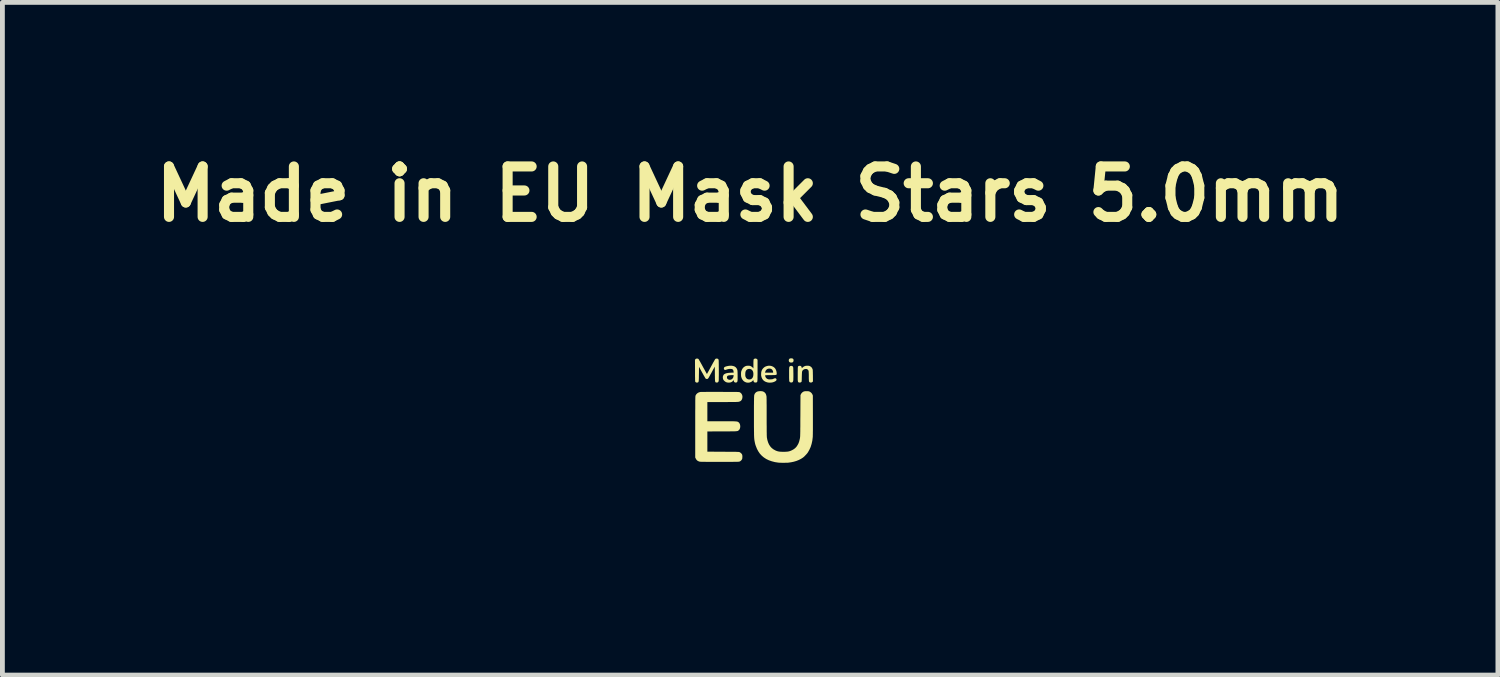
<source format=kicad_pcb>
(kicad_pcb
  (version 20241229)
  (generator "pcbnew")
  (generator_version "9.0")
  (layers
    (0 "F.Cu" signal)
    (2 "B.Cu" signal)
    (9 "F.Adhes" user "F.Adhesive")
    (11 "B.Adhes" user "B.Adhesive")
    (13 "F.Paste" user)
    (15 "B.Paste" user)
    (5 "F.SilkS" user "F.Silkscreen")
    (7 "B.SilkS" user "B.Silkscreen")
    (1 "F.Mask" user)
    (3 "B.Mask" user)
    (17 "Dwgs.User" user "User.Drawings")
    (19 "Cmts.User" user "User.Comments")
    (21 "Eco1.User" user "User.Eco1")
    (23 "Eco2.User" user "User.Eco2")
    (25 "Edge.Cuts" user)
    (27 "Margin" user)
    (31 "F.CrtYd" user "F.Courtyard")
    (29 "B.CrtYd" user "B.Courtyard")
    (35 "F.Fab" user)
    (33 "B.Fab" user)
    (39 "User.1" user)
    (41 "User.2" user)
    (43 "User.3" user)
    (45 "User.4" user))
  (footprint "Made in EU Mask Stars 5.0mm"
    (layer "F.Cu")
    (at 12.524 5.479)
    (property "Reference" "Made in EU Mask Stars 5.0mm" (at 0 -4.5 180) (layer "F.SilkS") (effects (font (size 1.047 1.047) (thickness 0.209))))
    (attr board_only exclude_from_pos_files exclude_from_bom)
    (fp_poly (pts (xy 1.838 -1.422) (xy 1.838 -1.422) (xy 1.839 -1.417) (xy 1.843 -1.406) (xy 1.848 -1.39) (xy 1.855 -1.368) (xy 1.863 -1.344) (xy 1.872 -1.316) (xy 1.882 -1.286) (xy 1.883 -1.282) (xy 1.926 -1.148) (xy 2.074 -1.146) (xy 2.222 -1.144) (xy 2.103 -1.059) (xy 2.077 -1.04) (xy 2.052 -1.023) (xy 2.031 -1.007) (xy 2.013 -0.994) (xy 1.998 -0.983) (xy 1.988 -0.975) (xy 1.984 -0.972) (xy 1.984 -0.971) (xy 1.985 -0.968) (xy 1.988 -0.957) (xy 1.993 -0.942) (xy 1.999 -0.921) (xy 2.007 -0.897) (xy 2.016 -0.869) (xy 2.026 -0.839) (xy 2.028 -0.834) (xy 2.038 -0.803) (xy 2.047 -0.775) (xy 2.054 -0.75) (xy 2.061 -0.729) (xy 2.066 -0.713) (xy 2.069 -0.702) (xy 2.071 -0.697) (xy 2.071 -0.697) (xy 2.068 -0.698) (xy 2.059 -0.704) (xy 2.046 -0.713) (xy 2.029 -0.726) (xy 2.008 -0.741) (xy 1.985 -0.757) (xy 1.959 -0.776) (xy 1.953 -0.781) (xy 1.836 -0.866) (xy 1.725 -0.785) (xy 1.694 -0.762) (xy 1.669 -0.743) (xy 1.648 -0.729) (xy 1.632 -0.717) (xy 1.62 -0.709) (xy 1.612 -0.703) (xy 1.606 -0.7) (xy 1.603 -0.698) (xy 1.601 -0.698) (xy 1.601 -0.699) (xy 1.602 -0.702) (xy 1.602 -0.702) (xy 1.614 -0.739) (xy 1.626 -0.775) (xy 1.637 -0.81) (xy 1.648 -0.844) (xy 1.657 -0.875) (xy 1.666 -0.903) (xy 1.674 -0.928) (xy 1.68 -0.948) (xy 1.684 -0.963) (xy 1.686 -0.972) (xy 1.686 -0.975) (xy 1.683 -0.977) (xy 1.674 -0.984) (xy 1.66 -0.994) (xy 1.642 -1.006) (xy 1.621 -1.021) (xy 1.598 -1.038) (xy 1.572 -1.057) (xy 1.567 -1.061) (xy 1.45 -1.144) (xy 1.598 -1.145) (xy 1.745 -1.146) (xy 1.777 -1.246) (xy 1.79 -1.286) (xy 1.801 -1.321) (xy 1.81 -1.349) (xy 1.818 -1.371) (xy 1.824 -1.389) (xy 1.828 -1.402) (xy 1.832 -1.412) (xy 1.834 -1.418) (xy 1.836 -1.421) (xy 1.837 -1.423)) (stroke (width 0) (type solid)) (fill yes) (layer "F.Mask"))
    (fp_poly (pts (xy 0.005 1.761) (xy 0.008 1.772) (xy 0.014 1.789) (xy 0.02 1.81) (xy 0.028 1.835) (xy 0.037 1.863) (xy 0.047 1.893) (xy 0.048 1.898) (xy 0.092 2.034) (xy 0.238 2.036) (xy 0.385 2.038) (xy 0.275 2.116) (xy 0.25 2.135) (xy 0.226 2.152) (xy 0.204 2.167) (xy 0.186 2.181) (xy 0.171 2.191) (xy 0.162 2.198) (xy 0.157 2.202) (xy 0.149 2.209) (xy 0.192 2.343) (xy 0.201 2.373) (xy 0.211 2.401) (xy 0.219 2.426) (xy 0.226 2.448) (xy 0.231 2.465) (xy 0.235 2.476) (xy 0.236 2.482) (xy 0.237 2.482) (xy 0.237 2.485) (xy 0.234 2.483) (xy 0.228 2.479) (xy 0.218 2.472) (xy 0.204 2.462) (xy 0.186 2.449) (xy 0.166 2.434) (xy 0.144 2.418) (xy 0.121 2.401) (xy 0.099 2.385) (xy 0.076 2.369) (xy 0.056 2.354) (xy 0.038 2.341) (xy 0.023 2.33) (xy 0.012 2.322) (xy 0.006 2.318) (xy 0.005 2.317) (xy 0.001 2.319) (xy -0.007 2.325) (xy -0.021 2.333) (xy -0.038 2.345) (xy -0.058 2.359) (xy -0.079 2.374) (xy -0.103 2.39) (xy -0.127 2.407) (xy -0.15 2.424) (xy -0.173 2.441) (xy -0.194 2.456) (xy -0.212 2.47) (xy -0.227 2.481) (xy -0.231 2.484) (xy -0.234 2.486) (xy -0.234 2.482) (xy -0.234 2.482) (xy -0.232 2.477) (xy -0.229 2.466) (xy -0.223 2.45) (xy -0.217 2.43) (xy -0.209 2.407) (xy -0.201 2.381) (xy -0.193 2.355) (xy -0.184 2.328) (xy -0.176 2.303) (xy -0.168 2.279) (xy -0.162 2.258) (xy -0.156 2.241) (xy -0.152 2.228) (xy -0.15 2.223) (xy -0.146 2.207) (xy -0.265 2.121) (xy -0.384 2.036) (xy -0.237 2.036) (xy -0.09 2.036) (xy -0.063 1.953) (xy -0.054 1.925) (xy -0.044 1.894) (xy -0.035 1.864) (xy -0.026 1.837) (xy -0.019 1.814) (xy -0.018 1.811) (xy -0.011 1.792) (xy -0.006 1.776) (xy -0.001 1.764) (xy 0.002 1.757) (xy 0.003 1.757)) (stroke (width 0) (type solid)) (fill yes) (layer "F.Mask"))
    (fp_poly (pts (xy -1.027 -2.106) (xy -1.018 -2.078) (xy -1.009 -2.049) (xy -1 -2.022) (xy -0.992 -1.997) (xy -0.985 -1.977) (xy -0.982 -1.966) (xy -0.967 -1.92) (xy -0.819 -1.919) (xy -0.672 -1.918) (xy -0.778 -1.842) (xy -0.803 -1.824) (xy -0.827 -1.807) (xy -0.849 -1.791) (xy -0.868 -1.778) (xy -0.883 -1.767) (xy -0.893 -1.759) (xy -0.897 -1.756) (xy -0.911 -1.745) (xy -0.867 -1.609) (xy -0.857 -1.578) (xy -0.848 -1.55) (xy -0.84 -1.525) (xy -0.834 -1.504) (xy -0.829 -1.487) (xy -0.825 -1.476) (xy -0.824 -1.471) (xy -0.824 -1.471) (xy -0.827 -1.473) (xy -0.836 -1.479) (xy -0.849 -1.488) (xy -0.866 -1.5) (xy -0.887 -1.515) (xy -0.91 -1.532) (xy -0.935 -1.55) (xy -0.938 -1.552) (xy -0.964 -1.571) (xy -0.987 -1.588) (xy -1.009 -1.603) (xy -1.027 -1.616) (xy -1.041 -1.627) (xy -1.051 -1.633) (xy -1.055 -1.636) (xy -1.055 -1.636) (xy -1.059 -1.635) (xy -1.069 -1.629) (xy -1.082 -1.62) (xy -1.1 -1.607) (xy -1.121 -1.593) (xy -1.145 -1.576) (xy -1.171 -1.557) (xy -1.175 -1.554) (xy -1.201 -1.535) (xy -1.225 -1.518) (xy -1.246 -1.503) (xy -1.264 -1.49) (xy -1.278 -1.48) (xy -1.288 -1.473) (xy -1.292 -1.47) (xy -1.292 -1.47) (xy -1.291 -1.473) (xy -1.289 -1.483) (xy -1.284 -1.498) (xy -1.278 -1.518) (xy -1.27 -1.543) (xy -1.262 -1.57) (xy -1.252 -1.6) (xy -1.25 -1.607) (xy -1.24 -1.637) (xy -1.231 -1.665) (xy -1.223 -1.69) (xy -1.216 -1.712) (xy -1.211 -1.729) (xy -1.207 -1.74) (xy -1.206 -1.745) (xy -1.206 -1.745) (xy -1.209 -1.748) (xy -1.217 -1.754) (xy -1.23 -1.764) (xy -1.247 -1.777) (xy -1.268 -1.792) (xy -1.292 -1.809) (xy -1.317 -1.827) (xy -1.325 -1.833) (xy -1.445 -1.918) (xy -1.296 -1.919) (xy -1.148 -1.92) (xy -1.113 -2.031) (xy -1.104 -2.06) (xy -1.095 -2.088) (xy -1.086 -2.114) (xy -1.079 -2.137) (xy -1.073 -2.156) (xy -1.069 -2.169) (xy -1.068 -2.172) (xy -1.058 -2.201)) (stroke (width 0) (type solid)) (fill yes) (layer "F.Mask"))
    (fp_poly (pts (xy -1.056 1.479) (xy -1.052 1.489) (xy -1.047 1.503) (xy -1.04 1.523) (xy -1.032 1.547) (xy -1.023 1.574) (xy -1.013 1.604) (xy -1.01 1.613) (xy -0.966 1.753) (xy -0.819 1.754) (xy -0.671 1.755) (xy -0.79 1.84) (xy -0.816 1.859) (xy -0.84 1.876) (xy -0.861 1.892) (xy -0.879 1.905) (xy -0.894 1.916) (xy -0.903 1.923) (xy -0.908 1.927) (xy -0.908 1.927) (xy -0.907 1.932) (xy -0.904 1.942) (xy -0.899 1.958) (xy -0.892 1.978) (xy -0.885 2.003) (xy -0.876 2.03) (xy -0.866 2.06) (xy -0.865 2.064) (xy -0.856 2.094) (xy -0.847 2.122) (xy -0.839 2.146) (xy -0.833 2.167) (xy -0.828 2.184) (xy -0.824 2.195) (xy -0.823 2.2) (xy -0.823 2.2) (xy -0.826 2.199) (xy -0.834 2.194) (xy -0.846 2.187) (xy -0.856 2.179) (xy -0.868 2.171) (xy -0.884 2.159) (xy -0.904 2.144) (xy -0.927 2.127) (xy -0.951 2.11) (xy -0.972 2.094) (xy -1.056 2.033) (xy -1.158 2.107) (xy -1.183 2.125) (xy -1.207 2.143) (xy -1.228 2.158) (xy -1.247 2.172) (xy -1.262 2.183) (xy -1.272 2.19) (xy -1.276 2.193) (xy -1.285 2.199) (xy -1.29 2.201) (xy -1.291 2.2) (xy -1.29 2.195) (xy -1.288 2.19) (xy -1.284 2.178) (xy -1.279 2.161) (xy -1.272 2.139) (xy -1.264 2.114) (xy -1.255 2.086) (xy -1.246 2.059) (xy -1.237 2.029) (xy -1.228 2.002) (xy -1.221 1.978) (xy -1.215 1.957) (xy -1.21 1.941) (xy -1.207 1.931) (xy -1.207 1.927) (xy -1.21 1.924) (xy -1.219 1.917) (xy -1.232 1.906) (xy -1.25 1.893) (xy -1.271 1.878) (xy -1.294 1.861) (xy -1.32 1.842) (xy -1.325 1.838) (xy -1.442 1.755) (xy -1.294 1.754) (xy -1.146 1.753) (xy -1.139 1.73) (xy -1.132 1.706) (xy -1.124 1.68) (xy -1.115 1.652) (xy -1.106 1.624) (xy -1.097 1.595) (xy -1.088 1.568) (xy -1.08 1.543) (xy -1.072 1.52) (xy -1.066 1.502) (xy -1.061 1.487) (xy -1.058 1.479) (xy -1.057 1.477)) (stroke (width 0) (type solid)) (fill yes) (layer "F.Mask"))
    (fp_poly (pts (xy 1.061 1.477) (xy 1.062 1.481) (xy 1.064 1.487) (xy 1.068 1.497) (xy 1.072 1.511) (xy 1.078 1.529) (xy 1.086 1.552) (xy 1.095 1.58) (xy 1.106 1.615) (xy 1.119 1.656) (xy 1.122 1.664) (xy 1.15 1.753) (xy 1.297 1.754) (xy 1.445 1.755) (xy 1.328 1.838) (xy 1.302 1.857) (xy 1.278 1.874) (xy 1.257 1.89) (xy 1.238 1.903) (xy 1.224 1.914) (xy 1.214 1.921) (xy 1.209 1.924) (xy 1.209 1.924) (xy 1.21 1.928) (xy 1.212 1.938) (xy 1.217 1.954) (xy 1.223 1.974) (xy 1.23 1.999) (xy 1.239 2.026) (xy 1.248 2.056) (xy 1.251 2.063) (xy 1.26 2.094) (xy 1.269 2.122) (xy 1.277 2.147) (xy 1.284 2.168) (xy 1.289 2.185) (xy 1.292 2.196) (xy 1.294 2.202) (xy 1.294 2.202) (xy 1.291 2.2) (xy 1.282 2.194) (xy 1.269 2.185) (xy 1.252 2.173) (xy 1.231 2.158) (xy 1.208 2.141) (xy 1.182 2.122) (xy 1.176 2.118) (xy 1.059 2.033) (xy 1.04 2.047) (xy 1.016 2.065) (xy 0.99 2.084) (xy 0.963 2.103) (xy 0.938 2.122) (xy 0.913 2.14) (xy 0.89 2.157) (xy 0.869 2.172) (xy 0.851 2.184) (xy 0.837 2.194) (xy 0.828 2.2) (xy 0.824 2.203) (xy 0.824 2.203) (xy 0.823 2.201) (xy 0.824 2.2) (xy 0.825 2.196) (xy 0.828 2.186) (xy 0.833 2.171) (xy 0.84 2.152) (xy 0.847 2.129) (xy 0.855 2.104) (xy 0.864 2.077) (xy 0.873 2.05) (xy 0.881 2.023) (xy 0.889 1.998) (xy 0.897 1.976) (xy 0.903 1.956) (xy 0.908 1.941) (xy 0.911 1.931) (xy 0.912 1.927) (xy 0.912 1.927) (xy 0.909 1.924) (xy 0.901 1.918) (xy 0.887 1.909) (xy 0.87 1.896) (xy 0.85 1.881) (xy 0.826 1.864) (xy 0.8 1.845) (xy 0.793 1.84) (xy 0.674 1.755) (xy 0.822 1.753) (xy 0.969 1.751) (xy 1.014 1.612) (xy 1.024 1.582) (xy 1.033 1.554) (xy 1.041 1.529) (xy 1.048 1.508) (xy 1.054 1.491) (xy 1.058 1.48) (xy 1.06 1.476) (xy 1.06 1.475)) (stroke (width 0) (type solid)) (fill yes) (layer "F.Mask"))
    (fp_poly (pts (xy 0.004 -2.48) (xy 0.007 -2.469) (xy 0.012 -2.453) (xy 0.019 -2.432) (xy 0.027 -2.408) (xy 0.036 -2.38) (xy 0.045 -2.35) (xy 0.048 -2.343) (xy 0.092 -2.205) (xy 0.238 -2.203) (xy 0.385 -2.201) (xy 0.267 -2.116) (xy 0.241 -2.098) (xy 0.217 -2.08) (xy 0.195 -2.065) (xy 0.177 -2.051) (xy 0.163 -2.041) (xy 0.153 -2.034) (xy 0.149 -2.03) (xy 0.149 -2.03) (xy 0.15 -2.026) (xy 0.153 -2.016) (xy 0.158 -2.001) (xy 0.164 -1.982) (xy 0.171 -1.959) (xy 0.179 -1.934) (xy 0.188 -1.908) (xy 0.196 -1.881) (xy 0.205 -1.855) (xy 0.213 -1.829) (xy 0.22 -1.807) (xy 0.227 -1.787) (xy 0.232 -1.772) (xy 0.234 -1.763) (xy 0.236 -1.76) (xy 0.237 -1.757) (xy 0.237 -1.756) (xy 0.235 -1.755) (xy 0.232 -1.757) (xy 0.227 -1.76) (xy 0.218 -1.766) (xy 0.206 -1.775) (xy 0.19 -1.787) (xy 0.169 -1.802) (xy 0.143 -1.821) (xy 0.127 -1.833) (xy 0.102 -1.851) (xy 0.078 -1.868) (xy 0.057 -1.883) (xy 0.039 -1.896) (xy 0.025 -1.906) (xy 0.016 -1.913) (xy 0.013 -1.916) (xy 0.001 -1.924) (xy -0.099 -1.851) (xy -0.124 -1.833) (xy -0.148 -1.816) (xy -0.169 -1.8) (xy -0.188 -1.786) (xy -0.203 -1.775) (xy -0.214 -1.767) (xy -0.217 -1.765) (xy -0.227 -1.758) (xy -0.232 -1.755) (xy -0.234 -1.756) (xy -0.233 -1.76) (xy -0.233 -1.761) (xy -0.231 -1.766) (xy -0.227 -1.777) (xy -0.222 -1.794) (xy -0.215 -1.814) (xy -0.208 -1.838) (xy -0.2 -1.863) (xy -0.191 -1.89) (xy -0.182 -1.917) (xy -0.174 -1.943) (xy -0.166 -1.967) (xy -0.159 -1.989) (xy -0.154 -2.006) (xy -0.15 -2.019) (xy -0.147 -2.026) (xy -0.147 -2.027) (xy -0.15 -2.03) (xy -0.158 -2.037) (xy -0.171 -2.047) (xy -0.188 -2.06) (xy -0.208 -2.075) (xy -0.231 -2.093) (xy -0.257 -2.111) (xy -0.264 -2.116) (xy -0.382 -2.201) (xy -0.236 -2.202) (xy -0.09 -2.203) (xy -0.063 -2.286) (xy -0.054 -2.314) (xy -0.044 -2.344) (xy -0.035 -2.374) (xy -0.026 -2.402) (xy -0.019 -2.425) (xy -0.018 -2.428) (xy -0.011 -2.447) (xy -0.006 -2.464) (xy -0.001 -2.476) (xy 0.002 -2.483) (xy 0.002 -2.484)) (stroke (width 0) (type solid)) (fill yes) (layer "F.Mask"))
    (fp_poly (pts (xy 1.837 0.701) (xy 1.84 0.71) (xy 1.846 0.725) (xy 1.852 0.745) (xy 1.86 0.769) (xy 1.869 0.796) (xy 1.879 0.826) (xy 1.882 0.835) (xy 1.926 0.973) (xy 2.075 0.975) (xy 2.223 0.977) (xy 2.107 1.061) (xy 2.08 1.079) (xy 2.056 1.097) (xy 2.035 1.112) (xy 2.016 1.125) (xy 2.001 1.136) (xy 1.991 1.143) (xy 1.987 1.147) (xy 1.986 1.147) (xy 1.987 1.151) (xy 1.989 1.161) (xy 1.993 1.177) (xy 2 1.199) (xy 2.008 1.225) (xy 2.017 1.255) (xy 2.028 1.288) (xy 2.037 1.319) (xy 2.046 1.347) (xy 2.055 1.372) (xy 2.061 1.394) (xy 2.067 1.41) (xy 2.07 1.422) (xy 2.072 1.427) (xy 2.072 1.428) (xy 2.069 1.426) (xy 2.06 1.42) (xy 2.047 1.41) (xy 2.03 1.398) (xy 2.009 1.383) (xy 1.986 1.366) (xy 1.961 1.347) (xy 1.954 1.342) (xy 1.924 1.321) (xy 1.9 1.303) (xy 1.881 1.289) (xy 1.865 1.278) (xy 1.854 1.27) (xy 1.845 1.265) (xy 1.839 1.262) (xy 1.835 1.261) (xy 1.832 1.261) (xy 1.829 1.262) (xy 1.825 1.265) (xy 1.815 1.272) (xy 1.8 1.283) (xy 1.782 1.296) (xy 1.76 1.311) (xy 1.737 1.329) (xy 1.713 1.346) (xy 1.688 1.364) (xy 1.665 1.381) (xy 1.644 1.396) (xy 1.627 1.408) (xy 1.614 1.417) (xy 1.605 1.423) (xy 1.602 1.425) (xy 1.603 1.421) (xy 1.606 1.411) (xy 1.61 1.395) (xy 1.617 1.375) (xy 1.624 1.351) (xy 1.633 1.323) (xy 1.643 1.293) (xy 1.645 1.288) (xy 1.655 1.257) (xy 1.663 1.229) (xy 1.671 1.204) (xy 1.678 1.183) (xy 1.683 1.166) (xy 1.686 1.155) (xy 1.687 1.15) (xy 1.687 1.15) (xy 1.684 1.147) (xy 1.676 1.14) (xy 1.664 1.131) (xy 1.649 1.12) (xy 1.642 1.116) (xy 1.626 1.104) (xy 1.605 1.089) (xy 1.582 1.072) (xy 1.557 1.054) (xy 1.533 1.037) (xy 1.524 1.031) (xy 1.45 0.977) (xy 1.598 0.975) (xy 1.746 0.973) (xy 1.79 0.836) (xy 1.8 0.806) (xy 1.809 0.778) (xy 1.817 0.752) (xy 1.824 0.731) (xy 1.83 0.714) (xy 1.833 0.703) (xy 1.835 0.698) (xy 1.836 0.698)) (stroke (width 0) (type solid)) (fill yes) (layer "F.Mask"))
    (fp_poly (pts (xy -1.831 0.7) (xy -1.83 0.704) (xy -1.826 0.715) (xy -1.821 0.732) (xy -1.814 0.753) (xy -1.806 0.778) (xy -1.797 0.806) (xy -1.787 0.836) (xy -1.786 0.839) (xy -1.743 0.973) (xy -1.595 0.975) (xy -1.446 0.977) (xy -1.565 1.062) (xy -1.591 1.081) (xy -1.616 1.098) (xy -1.637 1.114) (xy -1.656 1.127) (xy -1.67 1.138) (xy -1.68 1.145) (xy -1.685 1.148) (xy -1.685 1.148) (xy -1.684 1.152) (xy -1.681 1.162) (xy -1.677 1.177) (xy -1.67 1.198) (xy -1.663 1.222) (xy -1.654 1.249) (xy -1.644 1.279) (xy -1.642 1.288) (xy -1.632 1.319) (xy -1.623 1.347) (xy -1.615 1.372) (xy -1.608 1.394) (xy -1.603 1.41) (xy -1.599 1.422) (xy -1.598 1.427) (xy -1.598 1.427) (xy -1.601 1.425) (xy -1.609 1.419) (xy -1.622 1.41) (xy -1.639 1.398) (xy -1.66 1.383) (xy -1.683 1.366) (xy -1.708 1.347) (xy -1.712 1.344) (xy -1.738 1.326) (xy -1.761 1.308) (xy -1.783 1.293) (xy -1.801 1.279) (xy -1.815 1.269) (xy -1.825 1.262) (xy -1.83 1.259) (xy -1.83 1.259) (xy -1.834 1.261) (xy -1.843 1.266) (xy -1.857 1.276) (xy -1.875 1.288) (xy -1.896 1.303) (xy -1.92 1.32) (xy -1.945 1.338) (xy -1.952 1.343) (xy -1.978 1.362) (xy -2.002 1.379) (xy -2.023 1.395) (xy -2.041 1.408) (xy -2.055 1.418) (xy -2.065 1.425) (xy -2.069 1.427) (xy -2.069 1.428) (xy -2.068 1.424) (xy -2.065 1.414) (xy -2.06 1.398) (xy -2.053 1.378) (xy -2.046 1.354) (xy -2.037 1.326) (xy -2.027 1.296) (xy -2.025 1.289) (xy -2.015 1.259) (xy -2.006 1.23) (xy -1.998 1.205) (xy -1.992 1.184) (xy -1.987 1.167) (xy -1.983 1.155) (xy -1.982 1.15) (xy -1.982 1.149) (xy -1.985 1.147) (xy -1.994 1.14) (xy -2.008 1.13) (xy -2.025 1.117) (xy -2.046 1.102) (xy -2.07 1.085) (xy -2.095 1.066) (xy -2.102 1.062) (xy -2.22 0.977) (xy -2.071 0.975) (xy -1.923 0.973) (xy -1.893 0.882) (xy -1.884 0.854) (xy -1.875 0.825) (xy -1.866 0.797) (xy -1.858 0.772) (xy -1.852 0.751) (xy -1.849 0.742) (xy -1.843 0.725) (xy -1.838 0.712) (xy -1.834 0.703) (xy -1.832 0.699)) (stroke (width 0) (type solid)) (fill yes) (layer "F.Mask"))
    (fp_poly (pts (xy 1.066 -2.191) (xy 1.069 -2.18) (xy 1.074 -2.164) (xy 1.081 -2.142) (xy 1.089 -2.118) (xy 1.098 -2.09) (xy 1.108 -2.06) (xy 1.109 -2.056) (xy 1.152 -1.922) (xy 1.301 -1.92) (xy 1.449 -1.918) (xy 1.33 -1.833) (xy 1.304 -1.814) (xy 1.28 -1.797) (xy 1.258 -1.781) (xy 1.24 -1.768) (xy 1.225 -1.758) (xy 1.215 -1.751) (xy 1.211 -1.747) (xy 1.21 -1.747) (xy 1.211 -1.744) (xy 1.214 -1.734) (xy 1.219 -1.718) (xy 1.225 -1.698) (xy 1.233 -1.674) (xy 1.242 -1.646) (xy 1.251 -1.616) (xy 1.254 -1.609) (xy 1.263 -1.579) (xy 1.272 -1.55) (xy 1.28 -1.525) (xy 1.287 -1.504) (xy 1.292 -1.487) (xy 1.295 -1.476) (xy 1.297 -1.471) (xy 1.297 -1.471) (xy 1.294 -1.472) (xy 1.285 -1.478) (xy 1.272 -1.487) (xy 1.255 -1.5) (xy 1.234 -1.514) (xy 1.211 -1.531) (xy 1.186 -1.55) (xy 1.182 -1.552) (xy 1.156 -1.571) (xy 1.132 -1.588) (xy 1.111 -1.604) (xy 1.092 -1.616) (xy 1.078 -1.626) (xy 1.068 -1.633) (xy 1.063 -1.636) (xy 1.063 -1.636) (xy 1.059 -1.633) (xy 1.049 -1.627) (xy 1.035 -1.618) (xy 1.017 -1.605) (xy 0.996 -1.59) (xy 0.972 -1.573) (xy 0.947 -1.555) (xy 0.944 -1.553) (xy 0.918 -1.534) (xy 0.895 -1.517) (xy 0.874 -1.502) (xy 0.856 -1.489) (xy 0.842 -1.479) (xy 0.833 -1.473) (xy 0.829 -1.47) (xy 0.828 -1.47) (xy 0.828 -1.473) (xy 0.83 -1.48) (xy 0.835 -1.496) (xy 0.841 -1.515) (xy 0.849 -1.538) (xy 0.857 -1.564) (xy 0.866 -1.59) (xy 0.874 -1.618) (xy 0.883 -1.645) (xy 0.891 -1.67) (xy 0.898 -1.694) (xy 0.905 -1.714) (xy 0.91 -1.73) (xy 0.913 -1.741) (xy 0.915 -1.747) (xy 0.915 -1.747) (xy 0.912 -1.749) (xy 0.903 -1.756) (xy 0.89 -1.765) (xy 0.872 -1.778) (xy 0.852 -1.793) (xy 0.828 -1.809) (xy 0.802 -1.828) (xy 0.795 -1.833) (xy 0.676 -1.918) (xy 0.825 -1.92) (xy 0.973 -1.922) (xy 0.999 -2.004) (xy 1.008 -2.032) (xy 1.018 -2.062) (xy 1.027 -2.091) (xy 1.036 -2.119) (xy 1.043 -2.141) (xy 1.044 -2.143) (xy 1.05 -2.162) (xy 1.055 -2.178) (xy 1.06 -2.189) (xy 1.063 -2.195) (xy 1.064 -2.196)) (stroke (width 0) (type solid)) (fill yes) (layer "F.Mask"))
    (fp_poly (pts (xy -1.831 -1.417) (xy -1.827 -1.407) (xy -1.822 -1.391) (xy -1.815 -1.37) (xy -1.807 -1.346) (xy -1.799 -1.318) (xy -1.789 -1.288) (xy -1.787 -1.282) (xy -1.743 -1.144) (xy -1.595 -1.143) (xy -1.448 -1.141) (xy -1.567 -1.055) (xy -1.597 -1.033) (xy -1.622 -1.015) (xy -1.642 -1.001) (xy -1.657 -0.989) (xy -1.668 -0.981) (xy -1.676 -0.974) (xy -1.681 -0.969) (xy -1.683 -0.965) (xy -1.684 -0.963) (xy -1.684 -0.962) (xy -1.682 -0.956) (xy -1.678 -0.945) (xy -1.673 -0.928) (xy -1.666 -0.907) (xy -1.658 -0.884) (xy -1.65 -0.858) (xy -1.642 -0.831) (xy -1.633 -0.805) (xy -1.625 -0.779) (xy -1.617 -0.755) (xy -1.61 -0.734) (xy -1.605 -0.716) (xy -1.601 -0.704) (xy -1.599 -0.697) (xy -1.598 -0.697) (xy -1.599 -0.694) (xy -1.601 -0.695) (xy -1.605 -0.697) (xy -1.614 -0.703) (xy -1.627 -0.713) (xy -1.644 -0.725) (xy -1.663 -0.739) (xy -1.685 -0.755) (xy -1.707 -0.771) (xy -1.73 -0.788) (xy -1.753 -0.804) (xy -1.774 -0.819) (xy -1.792 -0.833) (xy -1.808 -0.844) (xy -1.82 -0.853) (xy -1.828 -0.859) (xy -1.829 -0.86) (xy -1.833 -0.858) (xy -1.842 -0.853) (xy -1.856 -0.844) (xy -1.874 -0.832) (xy -1.896 -0.816) (xy -1.92 -0.799) (xy -1.947 -0.78) (xy -1.95 -0.777) (xy -1.976 -0.759) (xy -2 -0.741) (xy -2.021 -0.726) (xy -2.039 -0.713) (xy -2.054 -0.702) (xy -2.064 -0.695) (xy -2.068 -0.692) (xy -2.068 -0.692) (xy -2.069 -0.695) (xy -2.068 -0.698) (xy -2.066 -0.703) (xy -2.063 -0.714) (xy -2.057 -0.73) (xy -2.05 -0.751) (xy -2.042 -0.776) (xy -2.033 -0.804) (xy -2.024 -0.833) (xy -2.014 -0.862) (xy -2.006 -0.89) (xy -1.998 -0.914) (xy -1.991 -0.935) (xy -1.986 -0.951) (xy -1.982 -0.962) (xy -1.981 -0.966) (xy -1.984 -0.969) (xy -1.992 -0.975) (xy -2.005 -0.986) (xy -2.022 -0.998) (xy -2.042 -1.014) (xy -2.066 -1.031) (xy -2.091 -1.05) (xy -2.099 -1.055) (xy -2.218 -1.141) (xy -2.071 -1.143) (xy -1.923 -1.144) (xy -1.905 -1.2) (xy -1.899 -1.221) (xy -1.89 -1.247) (xy -1.881 -1.276) (xy -1.871 -1.306) (xy -1.862 -1.334) (xy -1.861 -1.339) (xy -1.853 -1.362) (xy -1.846 -1.383) (xy -1.84 -1.4) (xy -1.836 -1.413) (xy -1.833 -1.419) (xy -1.832 -1.42)) (stroke (width 0) (type solid)) (fill yes) (layer "F.Mask"))
    (fp_poly (pts (xy -2.116 -0.359) (xy -2.113 -0.35) (xy -2.108 -0.335) (xy -2.101 -0.315) (xy -2.093 -0.291) (xy -2.084 -0.264) (xy -2.074 -0.234) (xy -2.071 -0.225) (xy -2.027 -0.086) (xy -1.88 -0.086) (xy -1.841 -0.086) (xy -1.807 -0.085) (xy -1.78 -0.085) (xy -1.759 -0.084) (xy -1.744 -0.083) (xy -1.737 -0.083) (xy -1.736 -0.082) (xy -1.739 -0.079) (xy -1.748 -0.072) (xy -1.762 -0.062) (xy -1.779 -0.049) (xy -1.8 -0.034) (xy -1.824 -0.017) (xy -1.849 0.001) (xy -1.853 0.004) (xy -1.879 0.023) (xy -1.903 0.04) (xy -1.924 0.056) (xy -1.942 0.069) (xy -1.956 0.08) (xy -1.965 0.087) (xy -1.969 0.09) (xy -1.969 0.09) (xy -1.968 0.095) (xy -1.964 0.105) (xy -1.959 0.121) (xy -1.953 0.142) (xy -1.945 0.166) (xy -1.936 0.194) (xy -1.927 0.224) (xy -1.926 0.228) (xy -1.916 0.258) (xy -1.907 0.286) (xy -1.899 0.31) (xy -1.893 0.331) (xy -1.888 0.347) (xy -1.885 0.358) (xy -1.884 0.363) (xy -1.884 0.363) (xy -1.887 0.361) (xy -1.896 0.356) (xy -1.909 0.346) (xy -1.926 0.334) (xy -1.947 0.319) (xy -1.97 0.303) (xy -1.995 0.284) (xy -2 0.281) (xy -2.029 0.26) (xy -2.054 0.242) (xy -2.076 0.226) (xy -2.095 0.214) (xy -2.108 0.205) (xy -2.117 0.2) (xy -2.12 0.199) (xy -2.124 0.201) (xy -2.134 0.208) (xy -2.148 0.218) (xy -2.166 0.231) (xy -2.187 0.246) (xy -2.21 0.263) (xy -2.234 0.28) (xy -2.264 0.302) (xy -2.288 0.32) (xy -2.307 0.334) (xy -2.322 0.344) (xy -2.334 0.352) (xy -2.341 0.358) (xy -2.347 0.362) (xy -2.35 0.363) (xy -2.351 0.364) (xy -2.352 0.363) (xy -2.352 0.363) (xy -2.351 0.359) (xy -2.348 0.349) (xy -2.343 0.333) (xy -2.336 0.312) (xy -2.329 0.288) (xy -2.32 0.261) (xy -2.31 0.231) (xy -2.309 0.228) (xy -2.3 0.198) (xy -2.291 0.17) (xy -2.283 0.145) (xy -2.276 0.124) (xy -2.271 0.108) (xy -2.268 0.096) (xy -2.266 0.091) (xy -2.266 0.091) (xy -2.269 0.088) (xy -2.278 0.081) (xy -2.291 0.071) (xy -2.308 0.058) (xy -2.329 0.043) (xy -2.352 0.025) (xy -2.377 0.007) (xy -2.382 0.004) (xy -2.408 -0.015) (xy -2.432 -0.032) (xy -2.453 -0.048) (xy -2.471 -0.061) (xy -2.485 -0.071) (xy -2.495 -0.079) (xy -2.499 -0.082) (xy -2.499 -0.082) (xy -2.496 -0.083) (xy -2.486 -0.084) (xy -2.471 -0.084) (xy -2.45 -0.085) (xy -2.424 -0.085) (xy -2.395 -0.085) (xy -2.363 -0.086) (xy -2.354 -0.086) (xy -2.207 -0.086) (xy -2.2 -0.109) (xy -2.192 -0.134) (xy -2.183 -0.162) (xy -2.174 -0.19) (xy -2.165 -0.219) (xy -2.156 -0.248) (xy -2.147 -0.275) (xy -2.139 -0.3) (xy -2.132 -0.322) (xy -2.126 -0.34) (xy -2.121 -0.353) (xy -2.119 -0.36) (xy -2.118 -0.362)) (stroke (width 0) (type solid)) (fill yes) (layer "F.Mask"))
    (fp_poly (pts (xy 2.119 -0.361) (xy 2.123 -0.352) (xy 2.128 -0.338) (xy 2.134 -0.32) (xy 2.14 -0.299) (xy 2.14 -0.299) (xy 2.149 -0.272) (xy 2.159 -0.241) (xy 2.169 -0.209) (xy 2.179 -0.179) (xy 2.185 -0.161) (xy 2.207 -0.089) (xy 2.354 -0.089) (xy 2.386 -0.089) (xy 2.416 -0.089) (xy 2.443 -0.089) (xy 2.465 -0.088) (xy 2.483 -0.088) (xy 2.495 -0.087) (xy 2.5 -0.087) (xy 2.501 -0.087) (xy 2.498 -0.084) (xy 2.489 -0.077) (xy 2.476 -0.067) (xy 2.459 -0.055) (xy 2.438 -0.04) (xy 2.415 -0.023) (xy 2.389 -0.004) (xy 2.383 -0.000054) (xy 2.357 0.019) (xy 2.333 0.036) (xy 2.312 0.052) (xy 2.294 0.065) (xy 2.28 0.076) (xy 2.271 0.084) (xy 2.267 0.088) (xy 2.266 0.088) (xy 2.268 0.093) (xy 2.271 0.103) (xy 2.276 0.12) (xy 2.282 0.14) (xy 2.29 0.165) (xy 2.299 0.193) (xy 2.308 0.223) (xy 2.309 0.226) (xy 2.319 0.256) (xy 2.328 0.283) (xy 2.335 0.308) (xy 2.342 0.329) (xy 2.347 0.345) (xy 2.35 0.355) (xy 2.351 0.36) (xy 2.351 0.36) (xy 2.347 0.358) (xy 2.339 0.352) (xy 2.326 0.343) (xy 2.308 0.331) (xy 2.288 0.316) (xy 2.265 0.3) (xy 2.239 0.281) (xy 2.236 0.279) (xy 2.211 0.26) (xy 2.187 0.243) (xy 2.166 0.228) (xy 2.148 0.215) (xy 2.134 0.205) (xy 2.124 0.198) (xy 2.12 0.195) (xy 2.119 0.195) (xy 2.116 0.197) (xy 2.106 0.202) (xy 2.093 0.211) (xy 2.075 0.224) (xy 2.054 0.238) (xy 2.031 0.255) (xy 2.009 0.271) (xy 1.978 0.294) (xy 1.953 0.312) (xy 1.932 0.327) (xy 1.916 0.339) (xy 1.904 0.347) (xy 1.895 0.353) (xy 1.889 0.357) (xy 1.886 0.359) (xy 1.884 0.36) (xy 1.883 0.36) (xy 1.883 0.359) (xy 1.884 0.355) (xy 1.887 0.345) (xy 1.892 0.329) (xy 1.899 0.309) (xy 1.907 0.284) (xy 1.915 0.257) (xy 1.925 0.227) (xy 1.926 0.224) (xy 1.936 0.194) (xy 1.944 0.166) (xy 1.952 0.141) (xy 1.959 0.12) (xy 1.964 0.103) (xy 1.967 0.092) (xy 1.969 0.087) (xy 1.969 0.087) (xy 1.966 0.084) (xy 1.957 0.078) (xy 1.944 0.068) (xy 1.927 0.055) (xy 1.906 0.04) (xy 1.883 0.023) (xy 1.857 0.004) (xy 1.851 0) (xy 1.826 -0.019) (xy 1.802 -0.036) (xy 1.78 -0.051) (xy 1.762 -0.065) (xy 1.748 -0.075) (xy 1.739 -0.082) (xy 1.734 -0.086) (xy 1.734 -0.086) (xy 1.738 -0.087) (xy 1.748 -0.087) (xy 1.764 -0.087) (xy 1.785 -0.087) (xy 1.811 -0.087) (xy 1.839 -0.087) (xy 1.871 -0.087) (xy 1.879 -0.087) (xy 1.916 -0.086) (xy 1.945 -0.086) (xy 1.969 -0.085) (xy 1.988 -0.085) (xy 2.002 -0.086) (xy 2.012 -0.086) (xy 2.019 -0.087) (xy 2.023 -0.088) (xy 2.025 -0.089) (xy 2.027 -0.091) (xy 2.027 -0.092) (xy 2.029 -0.097) (xy 2.033 -0.108) (xy 2.038 -0.125) (xy 2.045 -0.146) (xy 2.054 -0.171) (xy 2.063 -0.199) (xy 2.072 -0.229) (xy 2.073 -0.232) (xy 2.082 -0.262) (xy 2.091 -0.289) (xy 2.099 -0.314) (xy 2.106 -0.334) (xy 2.112 -0.35) (xy 2.115 -0.36) (xy 2.117 -0.365) (xy 2.117 -0.365)) (stroke (width 0) (type solid)) (fill yes) (layer "F.Mask"))
    (fp_poly (pts (xy 0.868 -1.089) (xy 0.884 -1.084) (xy 0.895 -1.074) (xy 0.9 -1.06) (xy 0.901 -1.047) (xy 0.898 -1.028) (xy 0.889 -1.014) (xy 0.878 -1.006) (xy 0.865 -1.002) (xy 0.849 -1.002) (xy 0.833 -1.004) (xy 0.823 -1.007) (xy 0.812 -1.015) (xy 0.804 -1.028) (xy 0.801 -1.044) (xy 0.802 -1.06) (xy 0.809 -1.074) (xy 0.813 -1.079) (xy 0.821 -1.085) (xy 0.832 -1.088) (xy 0.846 -1.09)) (stroke (width 0) (type solid)) (fill yes) (layer "F.SilkS"))
    (fp_poly (pts (xy 0.87 -0.931) (xy 0.883 -0.923) (xy 0.891 -0.909) (xy 0.893 -0.9) (xy 0.894 -0.892) (xy 0.895 -0.878) (xy 0.895 -0.859) (xy 0.896 -0.835) (xy 0.896 -0.809) (xy 0.897 -0.78) (xy 0.897 -0.751) (xy 0.897 -0.723) (xy 0.897 -0.696) (xy 0.896 -0.672) (xy 0.896 -0.652) (xy 0.895 -0.636) (xy 0.894 -0.627) (xy 0.889 -0.609) (xy 0.882 -0.599) (xy 0.874 -0.592) (xy 0.866 -0.589) (xy 0.854 -0.588) (xy 0.853 -0.588) (xy 0.837 -0.59) (xy 0.825 -0.595) (xy 0.825 -0.596) (xy 0.817 -0.604) (xy 0.812 -0.616) (xy 0.811 -0.617) (xy 0.81 -0.625) (xy 0.81 -0.639) (xy 0.809 -0.658) (xy 0.808 -0.681) (xy 0.808 -0.708) (xy 0.808 -0.736) (xy 0.808 -0.765) (xy 0.808 -0.795) (xy 0.808 -0.823) (xy 0.808 -0.848) (xy 0.809 -0.871) (xy 0.81 -0.888) (xy 0.811 -0.9) (xy 0.811 -0.905) (xy 0.819 -0.92) (xy 0.831 -0.93) (xy 0.848 -0.934) (xy 0.853 -0.934)) (stroke (width 0) (type solid)) (fill yes) (layer "F.SilkS"))
    (fp_poly (pts (xy 0.415 -0.936) (xy 0.446 -0.929) (xy 0.474 -0.917) (xy 0.499 -0.9) (xy 0.519 -0.878) (xy 0.53 -0.86) (xy 0.54 -0.836) (xy 0.547 -0.81) (xy 0.55 -0.784) (xy 0.551 -0.776) (xy 0.551 -0.767) (xy 0.55 -0.76) (xy 0.548 -0.754) (xy 0.544 -0.75) (xy 0.537 -0.747) (xy 0.527 -0.745) (xy 0.513 -0.743) (xy 0.493 -0.742) (xy 0.468 -0.742) (xy 0.437 -0.741) (xy 0.422 -0.741) (xy 0.389 -0.741) (xy 0.363 -0.741) (xy 0.343 -0.74) (xy 0.329 -0.74) (xy 0.319 -0.738) (xy 0.313 -0.736) (xy 0.31 -0.733) (xy 0.31 -0.729) (xy 0.311 -0.723) (xy 0.314 -0.716) (xy 0.315 -0.712) (xy 0.323 -0.693) (xy 0.335 -0.678) (xy 0.35 -0.666) (xy 0.355 -0.664) (xy 0.364 -0.659) (xy 0.372 -0.656) (xy 0.381 -0.654) (xy 0.393 -0.653) (xy 0.41 -0.653) (xy 0.415 -0.653) (xy 0.434 -0.654) (xy 0.448 -0.655) (xy 0.459 -0.656) (xy 0.47 -0.66) (xy 0.48 -0.664) (xy 0.499 -0.672) (xy 0.513 -0.676) (xy 0.524 -0.676) (xy 0.532 -0.673) (xy 0.538 -0.669) (xy 0.546 -0.657) (xy 0.547 -0.645) (xy 0.543 -0.633) (xy 0.533 -0.622) (xy 0.519 -0.612) (xy 0.5 -0.603) (xy 0.479 -0.595) (xy 0.455 -0.589) (xy 0.43 -0.586) (xy 0.404 -0.585) (xy 0.377 -0.587) (xy 0.359 -0.59) (xy 0.324 -0.601) (xy 0.294 -0.617) (xy 0.269 -0.638) (xy 0.25 -0.665) (xy 0.236 -0.696) (xy 0.228 -0.731) (xy 0.227 -0.761) (xy 0.229 -0.793) (xy 0.308 -0.793) (xy 0.392 -0.793) (xy 0.476 -0.793) (xy 0.476 -0.805) (xy 0.475 -0.815) (xy 0.471 -0.828) (xy 0.467 -0.836) (xy 0.455 -0.856) (xy 0.437 -0.869) (xy 0.416 -0.876) (xy 0.408 -0.877) (xy 0.382 -0.876) (xy 0.358 -0.869) (xy 0.338 -0.855) (xy 0.323 -0.836) (xy 0.313 -0.812) (xy 0.311 -0.805) (xy 0.308 -0.793) (xy 0.229 -0.793) (xy 0.229 -0.8) (xy 0.238 -0.834) (xy 0.253 -0.864) (xy 0.274 -0.889) (xy 0.3 -0.91) (xy 0.319 -0.92) (xy 0.351 -0.931) (xy 0.383 -0.937)) (stroke (width 0) (type solid)) (fill yes) (layer "F.SilkS"))
    (fp_poly (pts (xy 1.203 -0.936) (xy 1.216 -0.935) (xy 1.226 -0.933) (xy 1.236 -0.929) (xy 1.244 -0.925) (xy 1.262 -0.914) (xy 1.276 -0.9) (xy 1.288 -0.88) (xy 1.293 -0.87) (xy 1.295 -0.864) (xy 1.297 -0.858) (xy 1.298 -0.851) (xy 1.299 -0.842) (xy 1.3 -0.83) (xy 1.3 -0.815) (xy 1.301 -0.795) (xy 1.301 -0.769) (xy 1.302 -0.737) (xy 1.302 -0.73) (xy 1.303 -0.61) (xy 1.292 -0.599) (xy 1.278 -0.59) (xy 1.262 -0.587) (xy 1.245 -0.589) (xy 1.233 -0.594) (xy 1.229 -0.598) (xy 1.225 -0.603) (xy 1.222 -0.61) (xy 1.22 -0.62) (xy 1.219 -0.634) (xy 1.218 -0.652) (xy 1.217 -0.676) (xy 1.217 -0.706) (xy 1.217 -0.718) (xy 1.217 -0.749) (xy 1.216 -0.776) (xy 1.215 -0.799) (xy 1.214 -0.816) (xy 1.213 -0.826) (xy 1.213 -0.828) (xy 1.204 -0.846) (xy 1.191 -0.859) (xy 1.174 -0.868) (xy 1.168 -0.869) (xy 1.147 -0.869) (xy 1.125 -0.864) (xy 1.106 -0.854) (xy 1.098 -0.848) (xy 1.091 -0.841) (xy 1.086 -0.834) (xy 1.082 -0.827) (xy 1.079 -0.818) (xy 1.076 -0.807) (xy 1.075 -0.792) (xy 1.074 -0.773) (xy 1.073 -0.748) (xy 1.072 -0.717) (xy 1.072 -0.708) (xy 1.071 -0.678) (xy 1.071 -0.654) (xy 1.07 -0.636) (xy 1.069 -0.623) (xy 1.068 -0.614) (xy 1.067 -0.608) (xy 1.066 -0.603) (xy 1.064 -0.601) (xy 1.062 -0.599) (xy 1.05 -0.591) (xy 1.034 -0.587) (xy 1.017 -0.588) (xy 1.01 -0.59) (xy 1.004 -0.592) (xy 0.999 -0.595) (xy 0.995 -0.6) (xy 0.992 -0.607) (xy 0.99 -0.618) (xy 0.988 -0.632) (xy 0.987 -0.65) (xy 0.987 -0.674) (xy 0.987 -0.703) (xy 0.987 -0.738) (xy 0.987 -0.767) (xy 0.987 -0.804) (xy 0.988 -0.835) (xy 0.988 -0.859) (xy 0.988 -0.878) (xy 0.989 -0.893) (xy 0.99 -0.904) (xy 0.99 -0.911) (xy 0.992 -0.916) (xy 0.993 -0.92) (xy 0.995 -0.922) (xy 0.995 -0.923) (xy 1.007 -0.931) (xy 1.023 -0.935) (xy 1.037 -0.935) (xy 1.053 -0.929) (xy 1.063 -0.918) (xy 1.069 -0.901) (xy 1.07 -0.9) (xy 1.072 -0.883) (xy 1.087 -0.899) (xy 1.1 -0.91) (xy 1.117 -0.921) (xy 1.125 -0.925) (xy 1.137 -0.93) (xy 1.147 -0.933) (xy 1.159 -0.935) (xy 1.174 -0.936) (xy 1.185 -0.936)) (stroke (width 0) (type solid)) (fill yes) (layer "F.SilkS"))
    (fp_poly (pts (xy 0.124 -1.084) (xy 0.137 -1.077) (xy 0.142 -1.072) (xy 0.153 -1.061) (xy 0.153 -0.839) (xy 0.153 -0.791) (xy 0.153 -0.75) (xy 0.152 -0.716) (xy 0.152 -0.687) (xy 0.152 -0.663) (xy 0.151 -0.644) (xy 0.15 -0.629) (xy 0.149 -0.618) (xy 0.147 -0.609) (xy 0.146 -0.603) (xy 0.143 -0.599) (xy 0.14 -0.596) (xy 0.137 -0.593) (xy 0.134 -0.592) (xy 0.123 -0.588) (xy 0.109 -0.588) (xy 0.095 -0.589) (xy 0.086 -0.592) (xy 0.078 -0.599) (xy 0.071 -0.611) (xy 0.067 -0.625) (xy 0.067 -0.632) (xy 0.067 -0.642) (xy 0.055 -0.628) (xy 0.035 -0.609) (xy 0.011 -0.596) (xy -0.017 -0.587) (xy -0.046 -0.584) (xy -0.076 -0.588) (xy -0.082 -0.589) (xy -0.111 -0.601) (xy -0.136 -0.618) (xy -0.157 -0.642) (xy -0.174 -0.67) (xy -0.185 -0.703) (xy -0.186 -0.705) (xy -0.188 -0.721) (xy -0.19 -0.742) (xy -0.19 -0.761) (xy -0.102 -0.761) (xy -0.102 -0.742) (xy -0.101 -0.727) (xy -0.099 -0.717) (xy -0.096 -0.707) (xy -0.094 -0.702) (xy -0.081 -0.679) (xy -0.064 -0.664) (xy -0.045 -0.655) (xy -0.021 -0.651) (xy -0.019 -0.651) (xy -0.001 -0.653) (xy 0.014 -0.657) (xy 0.017 -0.658) (xy 0.036 -0.671) (xy 0.051 -0.69) (xy 0.061 -0.714) (xy 0.066 -0.744) (xy 0.066 -0.75) (xy 0.066 -0.784) (xy 0.06 -0.812) (xy 0.049 -0.835) (xy 0.033 -0.853) (xy 0.019 -0.862) (xy -0.002 -0.869) (xy -0.024 -0.871) (xy -0.046 -0.867) (xy -0.065 -0.858) (xy -0.077 -0.848) (xy -0.088 -0.833) (xy -0.096 -0.815) (xy -0.1 -0.794) (xy -0.102 -0.768) (xy -0.102 -0.761) (xy -0.19 -0.761) (xy -0.19 -0.765) (xy -0.19 -0.787) (xy -0.188 -0.806) (xy -0.186 -0.817) (xy -0.174 -0.85) (xy -0.158 -0.879) (xy -0.137 -0.903) (xy -0.111 -0.921) (xy -0.103 -0.925) (xy -0.091 -0.93) (xy -0.081 -0.933) (xy -0.07 -0.935) (xy -0.055 -0.936) (xy -0.043 -0.936) (xy -0.025 -0.936) (xy -0.012 -0.935) (xy -0.002 -0.933) (xy 0.008 -0.929) (xy 0.016 -0.925) (xy 0.031 -0.916) (xy 0.045 -0.905) (xy 0.052 -0.897) (xy 0.067 -0.881) (xy 0.067 -0.969) (xy 0.067 -1.002) (xy 0.068 -1.029) (xy 0.069 -1.049) (xy 0.07 -1.061) (xy 0.071 -1.066) (xy 0.08 -1.077) (xy 0.093 -1.083) (xy 0.108 -1.086)) (stroke (width 0) (type solid)) (fill yes) (layer "F.SilkS"))
    (fp_poly (pts (xy -0.393 -0.937) (xy -0.358 -0.932) (xy -0.329 -0.923) (xy -0.305 -0.908) (xy -0.286 -0.888) (xy -0.272 -0.863) (xy -0.272 -0.862) (xy -0.269 -0.854) (xy -0.267 -0.847) (xy -0.265 -0.839) (xy -0.264 -0.829) (xy -0.263 -0.815) (xy -0.262 -0.798) (xy -0.262 -0.775) (xy -0.261 -0.746) (xy -0.261 -0.743) (xy -0.261 -0.706) (xy -0.261 -0.675) (xy -0.261 -0.651) (xy -0.262 -0.632) (xy -0.264 -0.617) (xy -0.267 -0.606) (xy -0.271 -0.599) (xy -0.277 -0.594) (xy -0.283 -0.59) (xy -0.29 -0.588) (xy -0.309 -0.587) (xy -0.324 -0.593) (xy -0.335 -0.604) (xy -0.341 -0.621) (xy -0.342 -0.627) (xy -0.344 -0.642) (xy -0.352 -0.628) (xy -0.367 -0.611) (xy -0.387 -0.598) (xy -0.411 -0.589) (xy -0.438 -0.586) (xy -0.468 -0.587) (xy -0.473 -0.588) (xy -0.496 -0.594) (xy -0.517 -0.605) (xy -0.537 -0.622) (xy -0.538 -0.623) (xy -0.55 -0.636) (xy -0.558 -0.648) (xy -0.564 -0.663) (xy -0.564 -0.664) (xy -0.568 -0.69) (xy -0.568 -0.696) (xy -0.483 -0.696) (xy -0.481 -0.681) (xy -0.479 -0.675) (xy -0.467 -0.659) (xy -0.45 -0.649) (xy -0.43 -0.644) (xy -0.407 -0.646) (xy -0.401 -0.648) (xy -0.381 -0.657) (xy -0.365 -0.672) (xy -0.353 -0.691) (xy -0.346 -0.714) (xy -0.346 -0.722) (xy -0.344 -0.742) (xy -0.387 -0.741) (xy -0.419 -0.739) (xy -0.444 -0.736) (xy -0.462 -0.73) (xy -0.474 -0.723) (xy -0.474 -0.722) (xy -0.48 -0.711) (xy -0.483 -0.696) (xy -0.568 -0.696) (xy -0.566 -0.716) (xy -0.558 -0.736) (xy -0.551 -0.748) (xy -0.542 -0.758) (xy -0.53 -0.765) (xy -0.517 -0.772) (xy -0.502 -0.778) (xy -0.485 -0.782) (xy -0.464 -0.786) (xy -0.439 -0.789) (xy -0.409 -0.791) (xy -0.395 -0.792) (xy -0.342 -0.794) (xy -0.345 -0.815) (xy -0.349 -0.835) (xy -0.355 -0.85) (xy -0.366 -0.861) (xy -0.37 -0.864) (xy -0.382 -0.868) (xy -0.399 -0.87) (xy -0.419 -0.871) (xy -0.442 -0.869) (xy -0.463 -0.865) (xy -0.483 -0.859) (xy -0.485 -0.858) (xy -0.504 -0.852) (xy -0.518 -0.849) (xy -0.528 -0.85) (xy -0.536 -0.855) (xy -0.54 -0.859) (xy -0.546 -0.872) (xy -0.546 -0.886) (xy -0.54 -0.9) (xy -0.534 -0.907) (xy -0.52 -0.915) (xy -0.5 -0.922) (xy -0.477 -0.928) (xy -0.451 -0.933) (xy -0.425 -0.936) (xy -0.4 -0.937)) (stroke (width 0) (type solid)) (fill yes) (layer "F.SilkS"))
    (fp_poly (pts (xy -0.678 -1.083) (xy -0.666 -1.077) (xy -0.658 -1.066) (xy -0.655 -1.057) (xy -0.654 -1.051) (xy -0.654 -1.039) (xy -0.653 -1.02) (xy -0.653 -0.997) (xy -0.652 -0.969) (xy -0.652 -0.939) (xy -0.652 -0.906) (xy -0.651 -0.871) (xy -0.651 -0.835) (xy -0.651 -0.8) (xy -0.651 -0.766) (xy -0.651 -0.733) (xy -0.652 -0.703) (xy -0.652 -0.676) (xy -0.652 -0.654) (xy -0.653 -0.636) (xy -0.653 -0.625) (xy -0.654 -0.621) (xy -0.659 -0.605) (xy -0.67 -0.593) (xy -0.685 -0.587) (xy -0.703 -0.588) (xy -0.706 -0.589) (xy -0.712 -0.59) (xy -0.717 -0.592) (xy -0.721 -0.595) (xy -0.724 -0.6) (xy -0.727 -0.607) (xy -0.728 -0.617) (xy -0.73 -0.631) (xy -0.731 -0.649) (xy -0.732 -0.672) (xy -0.732 -0.7) (xy -0.733 -0.735) (xy -0.733 -0.765) (xy -0.735 -0.918) (xy -0.789 -0.82) (xy -0.808 -0.784) (xy -0.825 -0.755) (xy -0.838 -0.73) (xy -0.849 -0.711) (xy -0.857 -0.696) (xy -0.864 -0.685) (xy -0.87 -0.677) (xy -0.874 -0.671) (xy -0.878 -0.667) (xy -0.881 -0.665) (xy -0.885 -0.664) (xy -0.887 -0.663) (xy -0.905 -0.661) (xy -0.919 -0.666) (xy -0.926 -0.671) (xy -0.929 -0.676) (xy -0.936 -0.687) (xy -0.945 -0.703) (xy -0.957 -0.723) (xy -0.97 -0.746) (xy -0.984 -0.772) (xy -0.998 -0.796) (xy -1.062 -0.913) (xy -1.064 -0.763) (xy -1.065 -0.723) (xy -1.065 -0.69) (xy -1.066 -0.663) (xy -1.067 -0.642) (xy -1.068 -0.625) (xy -1.07 -0.612) (xy -1.073 -0.603) (xy -1.076 -0.597) (xy -1.08 -0.593) (xy -1.086 -0.59) (xy -1.093 -0.588) (xy -1.101 -0.586) (xy -1.102 -0.586) (xy -1.109 -0.586) (xy -1.119 -0.588) (xy -1.129 -0.593) (xy -1.137 -0.599) (xy -1.139 -0.601) (xy -1.14 -0.604) (xy -1.141 -0.608) (xy -1.142 -0.613) (xy -1.143 -0.621) (xy -1.143 -0.632) (xy -1.144 -0.646) (xy -1.144 -0.664) (xy -1.144 -0.687) (xy -1.145 -0.715) (xy -1.145 -0.749) (xy -1.145 -0.79) (xy -1.145 -0.834) (xy -1.146 -1.06) (xy -1.135 -1.073) (xy -1.128 -1.08) (xy -1.121 -1.083) (xy -1.112 -1.085) (xy -1.104 -1.085) (xy -1.091 -1.084) (xy -1.082 -1.082) (xy -1.075 -1.077) (xy -1.072 -1.074) (xy -1.068 -1.068) (xy -1.061 -1.057) (xy -1.052 -1.04) (xy -1.039 -1.019) (xy -1.026 -0.995) (xy -1.01 -0.967) (xy -0.994 -0.937) (xy -0.981 -0.913) (xy -0.964 -0.882) (xy -0.948 -0.854) (xy -0.934 -0.828) (xy -0.922 -0.806) (xy -0.912 -0.788) (xy -0.904 -0.775) (xy -0.899 -0.767) (xy -0.897 -0.765) (xy -0.895 -0.769) (xy -0.89 -0.778) (xy -0.882 -0.793) (xy -0.871 -0.812) (xy -0.858 -0.835) (xy -0.844 -0.862) (xy -0.828 -0.891) (xy -0.816 -0.913) (xy -0.799 -0.944) (xy -0.783 -0.973) (xy -0.769 -1) (xy -0.755 -1.023) (xy -0.744 -1.043) (xy -0.735 -1.059) (xy -0.729 -1.069) (xy -0.726 -1.072) (xy -0.719 -1.079) (xy -0.713 -1.083) (xy -0.704 -1.085) (xy -0.695 -1.085)) (stroke (width 0) (type solid)) (fill yes) (layer "F.SilkS"))
    (fp_poly (pts (xy 0.241 -0.407) (xy 0.255 -0.405) (xy 0.268 -0.401) (xy 0.277 -0.397) (xy 0.3 -0.382) (xy 0.317 -0.363) (xy 0.329 -0.339) (xy 0.337 -0.31) (xy 0.339 -0.301) (xy 0.339 -0.293) (xy 0.34 -0.278) (xy 0.34 -0.257) (xy 0.341 -0.23) (xy 0.341 -0.197) (xy 0.341 -0.159) (xy 0.342 -0.116) (xy 0.342 -0.069) (xy 0.342 -0.019) (xy 0.342 0.035) (xy 0.342 0.092) (xy 0.342 0.121) (xy 0.342 0.197) (xy 0.342 0.266) (xy 0.343 0.328) (xy 0.343 0.382) (xy 0.343 0.428) (xy 0.344 0.468) (xy 0.344 0.499) (xy 0.345 0.524) (xy 0.346 0.54) (xy 0.346 0.549) (xy 0.356 0.603) (xy 0.371 0.653) (xy 0.39 0.697) (xy 0.415 0.736) (xy 0.444 0.769) (xy 0.479 0.797) (xy 0.518 0.819) (xy 0.532 0.826) (xy 0.553 0.834) (xy 0.572 0.84) (xy 0.591 0.844) (xy 0.611 0.847) (xy 0.633 0.849) (xy 0.66 0.85) (xy 0.692 0.85) (xy 0.728 0.85) (xy 0.758 0.848) (xy 0.783 0.846) (xy 0.806 0.841) (xy 0.827 0.835) (xy 0.849 0.826) (xy 0.869 0.817) (xy 0.904 0.797) (xy 0.933 0.775) (xy 0.958 0.749) (xy 0.964 0.741) (xy 0.985 0.709) (xy 1.003 0.675) (xy 1.017 0.636) (xy 1.028 0.592) (xy 1.032 0.574) (xy 1.033 0.567) (xy 1.034 0.56) (xy 1.035 0.553) (xy 1.036 0.546) (xy 1.037 0.537) (xy 1.037 0.526) (xy 1.038 0.513) (xy 1.038 0.498) (xy 1.039 0.48) (xy 1.039 0.459) (xy 1.04 0.433) (xy 1.04 0.404) (xy 1.04 0.369) (xy 1.041 0.33) (xy 1.041 0.284) (xy 1.041 0.233) (xy 1.041 0.175) (xy 1.042 0.111) (xy 1.042 0.102) (xy 1.044 -0.326) (xy 1.053 -0.345) (xy 1.066 -0.367) (xy 1.086 -0.386) (xy 1.109 -0.4) (xy 1.117 -0.403) (xy 1.127 -0.405) (xy 1.139 -0.407) (xy 1.155 -0.407) (xy 1.17 -0.407) (xy 1.19 -0.407) (xy 1.205 -0.407) (xy 1.216 -0.405) (xy 1.225 -0.403) (xy 1.234 -0.399) (xy 1.256 -0.385) (xy 1.276 -0.366) (xy 1.29 -0.344) (xy 1.292 -0.339) (xy 1.301 -0.318) (xy 1.302 0.087) (xy 1.302 0.164) (xy 1.302 0.234) (xy 1.302 0.296) (xy 1.302 0.352) (xy 1.302 0.4) (xy 1.301 0.442) (xy 1.301 0.477) (xy 1.3 0.505) (xy 1.3 0.526) (xy 1.299 0.542) (xy 1.299 0.545) (xy 1.29 0.619) (xy 1.275 0.687) (xy 1.255 0.751) (xy 1.228 0.81) (xy 1.199 0.861) (xy 1.185 0.881) (xy 1.166 0.903) (xy 1.145 0.925) (xy 1.124 0.947) (xy 1.103 0.965) (xy 1.094 0.972) (xy 1.055 0.997) (xy 1.01 1.02) (xy 0.96 1.04) (xy 0.906 1.056) (xy 0.849 1.068) (xy 0.799 1.075) (xy 0.782 1.077) (xy 0.759 1.078) (xy 0.732 1.078) (xy 0.703 1.079) (xy 0.674 1.079) (xy 0.645 1.078) (xy 0.619 1.078) (xy 0.597 1.076) (xy 0.582 1.075) (xy 0.512 1.064) (xy 0.447 1.047) (xy 0.387 1.026) (xy 0.333 1) (xy 0.284 0.968) (xy 0.241 0.932) (xy 0.202 0.89) (xy 0.169 0.842) (xy 0.141 0.79) (xy 0.118 0.732) (xy 0.116 0.727) (xy 0.106 0.697) (xy 0.099 0.668) (xy 0.093 0.638) (xy 0.087 0.605) (xy 0.084 0.575) (xy 0.083 0.564) (xy 0.082 0.546) (xy 0.081 0.522) (xy 0.08 0.493) (xy 0.08 0.459) (xy 0.079 0.421) (xy 0.079 0.379) (xy 0.078 0.334) (xy 0.078 0.287) (xy 0.078 0.238) (xy 0.078 0.188) (xy 0.078 0.137) (xy 0.078 0.085) (xy 0.078 0.035) (xy 0.078 -0.015) (xy 0.078 -0.063) (xy 0.078 -0.109) (xy 0.079 -0.152) (xy 0.079 -0.192) (xy 0.08 -0.227) (xy 0.08 -0.259) (xy 0.081 -0.285) (xy 0.082 -0.305) (xy 0.083 -0.32) (xy 0.084 -0.327) (xy 0.084 -0.327) (xy 0.094 -0.354) (xy 0.11 -0.375) (xy 0.131 -0.392) (xy 0.157 -0.403) (xy 0.188 -0.408) (xy 0.221 -0.409)) (stroke (width 0) (type solid)) (fill yes) (layer "F.SilkS"))
    (fp_poly (pts (xy -0.691 -0.394) (xy -0.621 -0.394) (xy -0.559 -0.393) (xy -0.504 -0.393) (xy -0.455 -0.393) (xy -0.413 -0.393) (xy -0.376 -0.393) (xy -0.344 -0.393) (xy -0.317 -0.392) (xy -0.295 -0.392) (xy -0.276 -0.392) (xy -0.261 -0.391) (xy -0.249 -0.391) (xy -0.24 -0.39) (xy -0.233 -0.389) (xy -0.228 -0.389) (xy -0.223 -0.388) (xy -0.22 -0.387) (xy -0.217 -0.386) (xy -0.216 -0.385) (xy -0.195 -0.371) (xy -0.179 -0.353) (xy -0.168 -0.331) (xy -0.161 -0.307) (xy -0.161 -0.281) (xy -0.165 -0.255) (xy -0.175 -0.231) (xy -0.182 -0.22) (xy -0.197 -0.205) (xy -0.215 -0.195) (xy -0.239 -0.188) (xy -0.246 -0.186) (xy -0.255 -0.186) (xy -0.27 -0.185) (xy -0.293 -0.184) (xy -0.322 -0.184) (xy -0.358 -0.183) (xy -0.399 -0.183) (xy -0.447 -0.183) (xy -0.5 -0.182) (xy -0.558 -0.182) (xy -0.58 -0.182) (xy -0.889 -0.182) (xy -0.889 0.017) (xy -0.889 0.216) (xy -0.596 0.216) (xy -0.54 0.216) (xy -0.49 0.216) (xy -0.447 0.216) (xy -0.409 0.216) (xy -0.377 0.217) (xy -0.35 0.217) (xy -0.328 0.218) (xy -0.309 0.219) (xy -0.294 0.22) (xy -0.282 0.221) (xy -0.272 0.223) (xy -0.264 0.225) (xy -0.258 0.227) (xy -0.252 0.23) (xy -0.247 0.233) (xy -0.244 0.235) (xy -0.228 0.25) (xy -0.216 0.271) (xy -0.209 0.295) (xy -0.206 0.322) (xy -0.208 0.346) (xy -0.213 0.365) (xy -0.218 0.38) (xy -0.226 0.391) (xy -0.235 0.401) (xy -0.24 0.405) (xy -0.244 0.409) (xy -0.248 0.412) (xy -0.253 0.415) (xy -0.258 0.418) (xy -0.266 0.42) (xy -0.275 0.421) (xy -0.287 0.423) (xy -0.302 0.424) (xy -0.321 0.425) (xy -0.344 0.425) (xy -0.371 0.426) (xy -0.403 0.426) (xy -0.441 0.427) (xy -0.485 0.427) (xy -0.535 0.427) (xy -0.585 0.427) (xy -0.889 0.428) (xy -0.889 0.638) (xy -0.889 0.848) (xy -0.565 0.849) (xy -0.504 0.85) (xy -0.451 0.85) (xy -0.405 0.85) (xy -0.365 0.851) (xy -0.33 0.851) (xy -0.302 0.851) (xy -0.278 0.852) (xy -0.259 0.853) (xy -0.245 0.853) (xy -0.235 0.854) (xy -0.229 0.855) (xy -0.226 0.855) (xy -0.206 0.866) (xy -0.187 0.881) (xy -0.173 0.899) (xy -0.171 0.902) (xy -0.166 0.913) (xy -0.164 0.924) (xy -0.162 0.937) (xy -0.162 0.953) (xy -0.163 0.969) (xy -0.164 0.985) (xy -0.166 0.997) (xy -0.167 0.999) (xy -0.176 1.016) (xy -0.19 1.033) (xy -0.207 1.046) (xy -0.216 1.051) (xy -0.219 1.052) (xy -0.222 1.053) (xy -0.225 1.054) (xy -0.23 1.055) (xy -0.236 1.056) (xy -0.244 1.057) (xy -0.254 1.057) (xy -0.267 1.058) (xy -0.283 1.058) (xy -0.303 1.058) (xy -0.327 1.058) (xy -0.356 1.059) (xy -0.389 1.059) (xy -0.428 1.059) (xy -0.473 1.059) (xy -0.524 1.059) (xy -0.581 1.059) (xy -0.629 1.059) (xy -0.684 1.059) (xy -0.736 1.059) (xy -0.786 1.059) (xy -0.834 1.059) (xy -0.877 1.059) (xy -0.917 1.059) (xy -0.952 1.058) (xy -0.982 1.058) (xy -1.007 1.058) (xy -1.025 1.057) (xy -1.037 1.057) (xy -1.042 1.057) (xy -1.071 1.048) (xy -1.094 1.036) (xy -1.112 1.02) (xy -1.127 0.997) (xy -1.128 0.994) (xy -1.141 0.97) (xy -1.141 0.335) (xy -1.141 0.254) (xy -1.141 0.181) (xy -1.141 0.114) (xy -1.141 0.054) (xy -1.141 -0.000269) (xy -1.14 -0.049) (xy -1.14 -0.092) (xy -1.14 -0.13) (xy -1.14 -0.163) (xy -1.14 -0.192) (xy -1.14 -0.217) (xy -1.139 -0.238) (xy -1.139 -0.255) (xy -1.139 -0.27) (xy -1.138 -0.282) (xy -1.138 -0.291) (xy -1.137 -0.299) (xy -1.137 -0.305) (xy -1.136 -0.309) (xy -1.135 -0.313) (xy -1.134 -0.316) (xy -1.134 -0.318) (xy -1.12 -0.342) (xy -1.101 -0.362) (xy -1.077 -0.378) (xy -1.049 -0.388) (xy -1.036 -0.391) (xy -1.027 -0.392) (xy -1.011 -0.392) (xy -0.987 -0.393) (xy -0.956 -0.393) (xy -0.918 -0.393) (xy -0.872 -0.394) (xy -0.819 -0.394) (xy -0.758 -0.394)) (stroke (width 0) (type solid)) (fill yes) (layer "F.SilkS")))
  (gr_rect
    (start -3 -3)
    (end 28.047 10.965)
    (stroke (width 0.1) (type default))
    (fill no)
    (layer "Edge.Cuts")))
</source>
